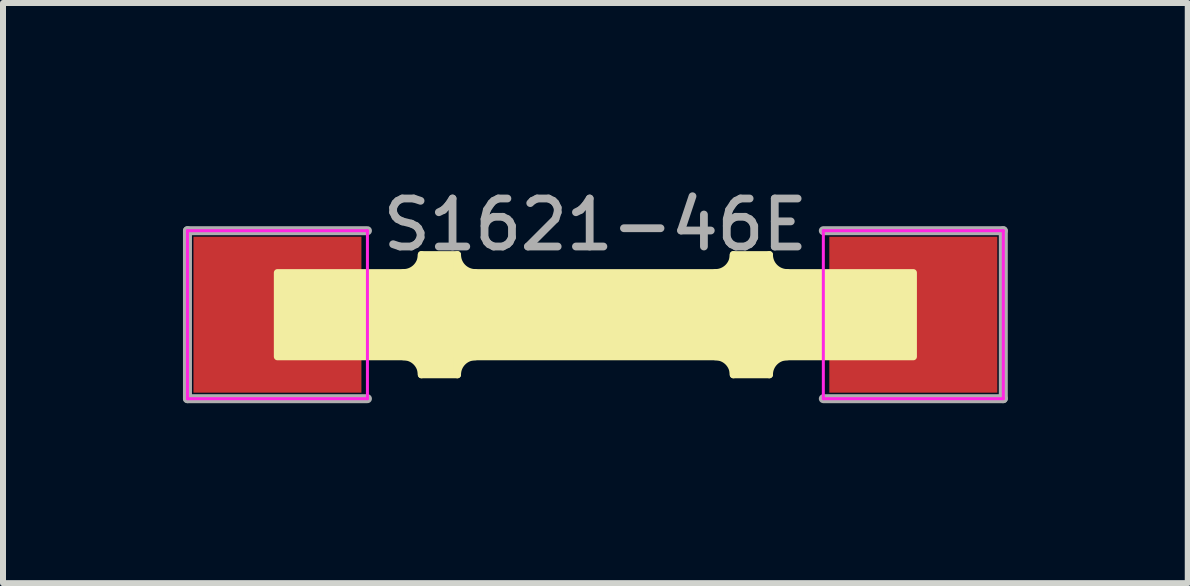
<source format=kicad_pcb>
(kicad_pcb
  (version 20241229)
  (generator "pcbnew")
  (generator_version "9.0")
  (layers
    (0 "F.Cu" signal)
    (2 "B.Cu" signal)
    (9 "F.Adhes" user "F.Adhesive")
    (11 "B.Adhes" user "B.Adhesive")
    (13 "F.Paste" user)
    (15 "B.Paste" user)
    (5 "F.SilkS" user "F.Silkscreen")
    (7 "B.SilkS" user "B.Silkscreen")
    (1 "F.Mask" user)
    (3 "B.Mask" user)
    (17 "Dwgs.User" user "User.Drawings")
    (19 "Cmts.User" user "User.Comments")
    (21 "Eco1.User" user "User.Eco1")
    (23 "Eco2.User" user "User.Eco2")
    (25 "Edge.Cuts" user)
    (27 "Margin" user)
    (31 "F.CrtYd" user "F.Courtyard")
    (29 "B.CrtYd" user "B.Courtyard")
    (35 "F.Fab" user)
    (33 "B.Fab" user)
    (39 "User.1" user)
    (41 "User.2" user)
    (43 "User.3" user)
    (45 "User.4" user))
  (footprint "S1621-46E"
    (layer "F.Cu")
    (at 6.875 2.196)
    (property "Reference" "S1621-46E" (at 0 -1.5 0) (layer "F.Fab") (effects (font (size 0.8 0.8) (thickness 0.13))))
    (attr through_hole)
    (fp_arc (start -3.2 0.7) (mid -2.987868 0.787868) (end -2.9 1) (stroke (width 0.12) (type solid)) (layer "F.SilkS"))
    (fp_arc (start -2.9 -1) (mid -2.987868 -0.787868) (end -3.2 -0.7) (stroke (width 0.12) (type solid)) (layer "F.SilkS"))
    (fp_arc (start -2.3 1) (mid -2.212132 0.787868) (end -2 0.7) (stroke (width 0.12) (type solid)) (layer "F.SilkS"))
    (fp_arc (start -2 -0.7) (mid -2.212132 -0.787868) (end -2.3 -1) (stroke (width 0.12) (type solid)) (layer "F.SilkS"))
    (fp_arc (start 2 0.7) (mid 2.212132 0.787868) (end 2.3 1) (stroke (width 0.12) (type solid)) (layer "F.SilkS"))
    (fp_arc (start 2.3 -1) (mid 2.212132 -0.787868) (end 2 -0.7) (stroke (width 0.12) (type solid)) (layer "F.SilkS"))
    (fp_arc (start 2.9 1) (mid 2.987868 0.787868) (end 3.2 0.7) (stroke (width 0.12) (type solid)) (layer "F.SilkS"))
    (fp_arc (start 3.2 -0.7) (mid 2.987868 -0.787868) (end 2.9 -1) (stroke (width 0.12) (type solid)) (layer "F.SilkS"))
    (fp_poly (pts (xy -2.3 -0.7) (xy 2.3 -0.7) (xy 2.3 -1) (xy 2.9 -1) (xy 2.9 -0.7) (xy 5.3 -0.7) (xy 5.3 0.7) (xy 2.9 0.7) (xy 2.9 1) (xy 2.3 1) (xy 2.3 0.7) (xy -2.3 0.7) (xy -2.3 1) (xy -2.9 1) (xy -2.9 0.7) (xy -5.3 0.7) (xy -5.3 -0.7) (xy -2.9 -0.7) (xy -2.9 -1) (xy -2.3 -1)) (stroke (width 0.12) (type solid)) (fill yes) (layer "F.SilkS"))
    (fp_line (start -6.8 -1.4) (end -6.8 1.4) (stroke (width 0.05) (type solid)) (layer "F.CrtYd"))
    (fp_line (start -6.8 -1.4) (end -3.8 -1.4) (stroke (width 0.05) (type solid)) (layer "F.CrtYd"))
    (fp_line (start -6.8 1.4) (end -3.8 1.4) (stroke (width 0.05) (type solid)) (layer "F.CrtYd"))
    (fp_line (start -3.8 -1.4) (end -3.8 1.4) (stroke (width 0.05) (type solid)) (layer "F.CrtYd"))
    (fp_line (start 3.8 -1.4) (end 3.8 1.4) (stroke (width 0.05) (type solid)) (layer "F.CrtYd"))
    (fp_line (start 3.8 -1.4) (end 6.8 -1.4) (stroke (width 0.05) (type solid)) (layer "F.CrtYd"))
    (fp_line (start 3.8 1.4) (end 6.8 1.4) (stroke (width 0.05) (type solid)) (layer "F.CrtYd"))
    (fp_line (start 6.8 -1.4) (end 6.8 1.4) (stroke (width 0.05) (type solid)) (layer "F.CrtYd"))
    (fp_line (start -6.8 -1.4) (end -6.8 1.4) (stroke (width 0.15) (type solid)) (layer "F.Fab"))
    (fp_line (start -3.8 -1.4) (end -6.8 -1.4) (stroke (width 0.15) (type solid)) (layer "F.Fab"))
    (fp_line (start -3.8 1.4) (end -6.8 1.4) (stroke (width 0.15) (type solid)) (layer "F.Fab"))
    (fp_line (start 6.8 -1.4) (end 3.8 -1.4) (stroke (width 0.15) (type solid)) (layer "F.Fab"))
    (fp_line (start 6.8 -1.4) (end 6.8 1.4) (stroke (width 0.15) (type solid)) (layer "F.Fab"))
    (fp_line (start 6.8 1.4) (end 3.8 1.4) (stroke (width 0.15) (type solid)) (layer "F.Fab"))
    (pad "1" smd rect (at -5.3 0) (size 2.8 2.6) (layers "F.Cu" "F.Mask" "F.Paste"))
    (pad "2" smd rect (at 5.3 0) (size 2.8 2.6) (layers "F.Cu" "F.Mask" "F.Paste")))
  (gr_rect
    (start -3 -3)
    (end 16.75 6.671)
    (stroke (width 0.1) (type default))
    (fill no)
    (layer "Edge.Cuts")))
</source>
